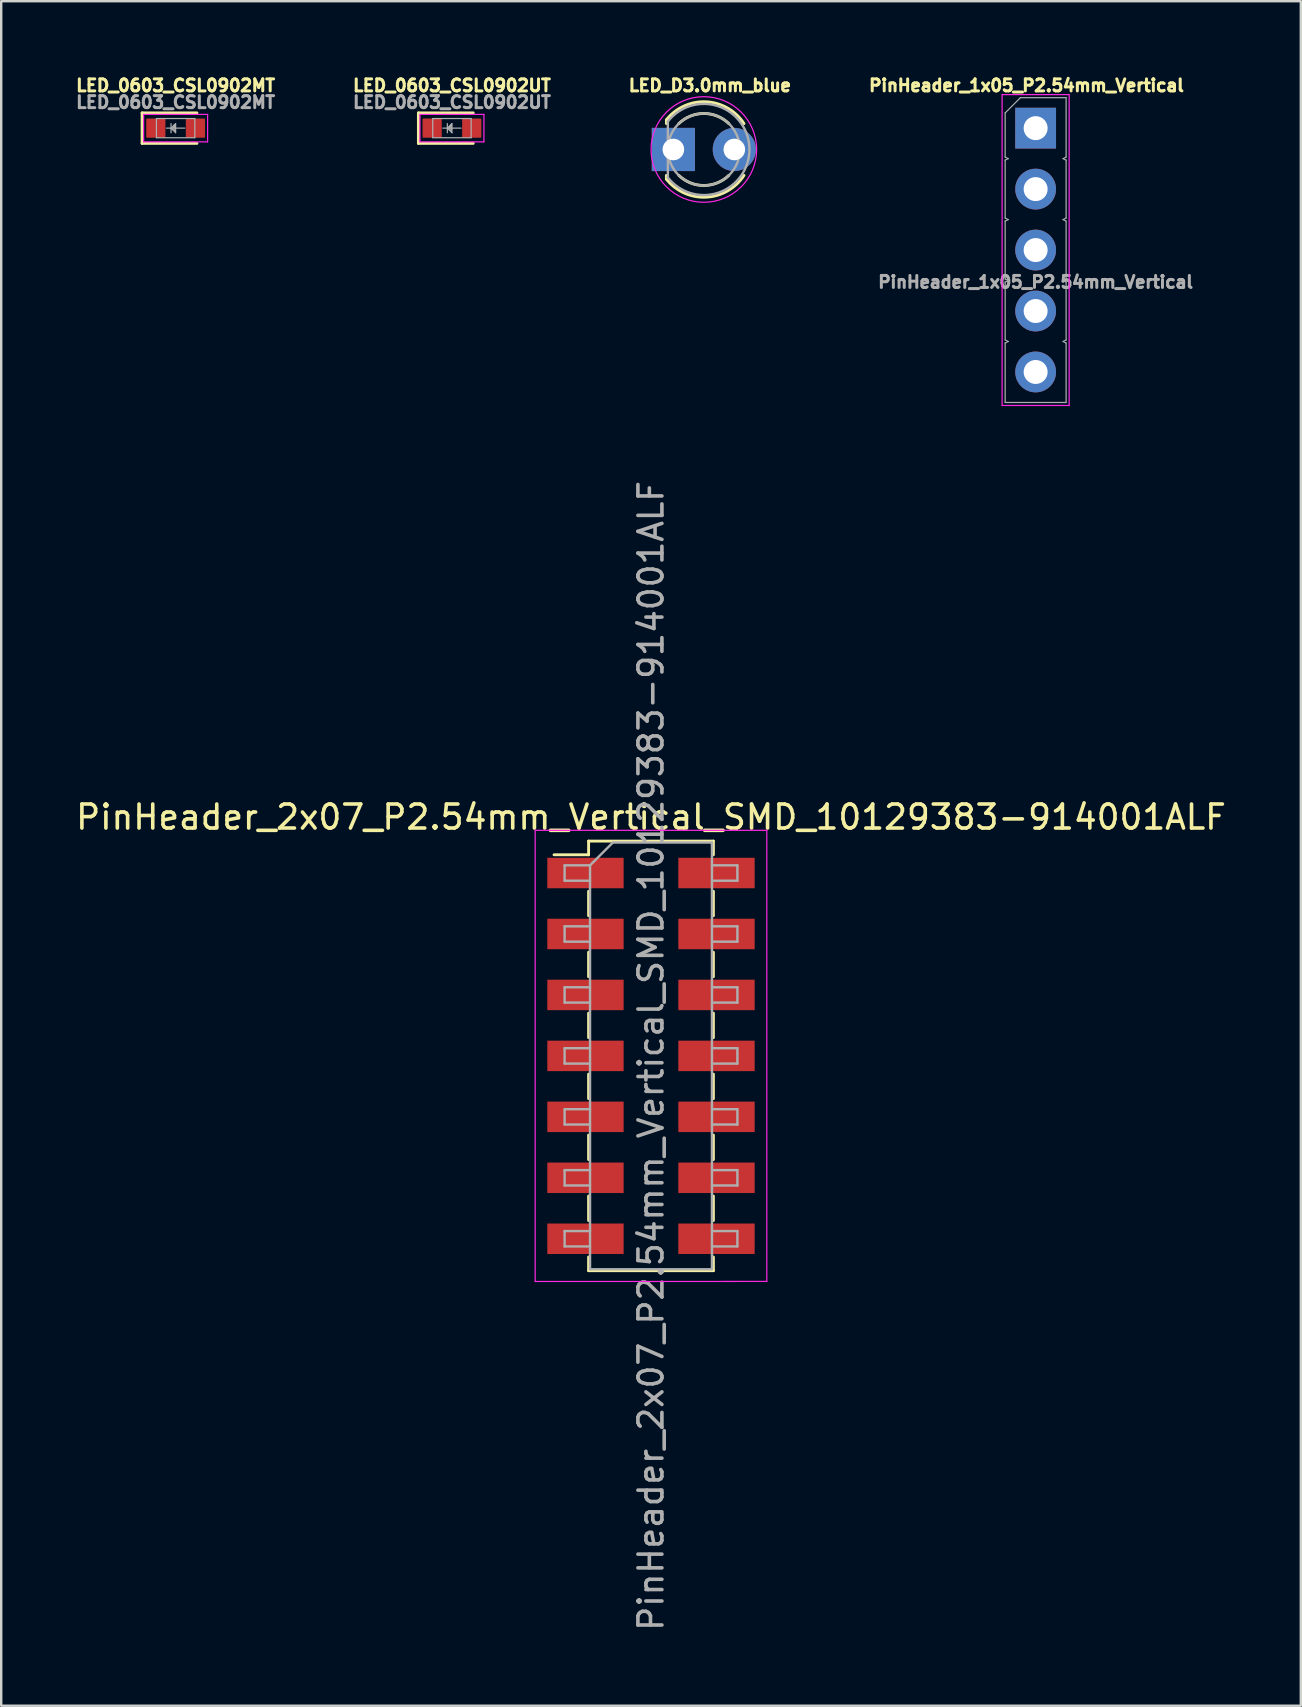
<source format=kicad_pcb>
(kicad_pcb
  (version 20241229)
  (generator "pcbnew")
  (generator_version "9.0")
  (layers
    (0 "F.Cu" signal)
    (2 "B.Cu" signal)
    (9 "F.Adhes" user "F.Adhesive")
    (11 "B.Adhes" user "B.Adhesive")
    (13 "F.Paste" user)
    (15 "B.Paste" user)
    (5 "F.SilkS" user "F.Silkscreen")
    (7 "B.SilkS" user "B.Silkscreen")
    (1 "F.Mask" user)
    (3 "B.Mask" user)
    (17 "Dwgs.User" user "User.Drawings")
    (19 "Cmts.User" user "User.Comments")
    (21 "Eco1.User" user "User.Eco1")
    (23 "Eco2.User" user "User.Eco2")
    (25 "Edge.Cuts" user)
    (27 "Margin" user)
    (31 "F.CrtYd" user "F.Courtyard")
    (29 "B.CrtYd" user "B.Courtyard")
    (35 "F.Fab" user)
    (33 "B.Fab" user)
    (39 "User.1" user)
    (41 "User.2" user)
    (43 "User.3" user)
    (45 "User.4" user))
  (footprint "PinHeader_2x07_P2.54mm_Vertical_SMD_10129383-914001ALF"
    (layer "F.Cu")
    (at 24.077 40.949)
    (property "Reference" "PinHeader_2x07_P2.54mm_Vertical_SMD_10129383-914001ALF" (at 0 -9.95 0) (layer "F.SilkS") (effects (font (size 1 1) (thickness 0.15))))
    (attr smd)
    (fp_line (start -4.04 -8.38) (end -2.6 -8.38) (stroke (width 0.12) (type solid)) (layer "F.SilkS"))
    (fp_line (start -2.6 -8.95) (end -2.6 -8.38) (stroke (width 0.12) (type solid)) (layer "F.SilkS"))
    (fp_line (start -2.6 -8.95) (end 2.6 -8.95) (stroke (width 0.12) (type solid)) (layer "F.SilkS"))
    (fp_line (start -2.6 -6.86) (end -2.6 -5.84) (stroke (width 0.12) (type solid)) (layer "F.SilkS"))
    (fp_line (start -2.6 -4.32) (end -2.6 -3.3) (stroke (width 0.12) (type solid)) (layer "F.SilkS"))
    (fp_line (start -2.6 -1.78) (end -2.6 -0.76) (stroke (width 0.12) (type solid)) (layer "F.SilkS"))
    (fp_line (start -2.6 0.76) (end -2.6 1.78) (stroke (width 0.12) (type solid)) (layer "F.SilkS"))
    (fp_line (start -2.6 3.3) (end -2.6 4.32) (stroke (width 0.12) (type solid)) (layer "F.SilkS"))
    (fp_line (start -2.6 5.84) (end -2.6 6.86) (stroke (width 0.12) (type solid)) (layer "F.SilkS"))
    (fp_line (start -2.6 8.38) (end -2.6 8.95) (stroke (width 0.12) (type solid)) (layer "F.SilkS"))
    (fp_line (start -2.6 8.95) (end 2.6 8.95) (stroke (width 0.12) (type solid)) (layer "F.SilkS"))
    (fp_line (start 2.6 -8.95) (end 2.6 -8.38) (stroke (width 0.12) (type solid)) (layer "F.SilkS"))
    (fp_line (start 2.6 -6.86) (end 2.6 -5.84) (stroke (width 0.12) (type solid)) (layer "F.SilkS"))
    (fp_line (start 2.6 -4.32) (end 2.6 -3.3) (stroke (width 0.12) (type solid)) (layer "F.SilkS"))
    (fp_line (start 2.6 -1.78) (end 2.6 -0.76) (stroke (width 0.12) (type solid)) (layer "F.SilkS"))
    (fp_line (start 2.6 0.76) (end 2.6 1.78) (stroke (width 0.12) (type solid)) (layer "F.SilkS"))
    (fp_line (start 2.6 3.3) (end 2.6 4.32) (stroke (width 0.12) (type solid)) (layer "F.SilkS"))
    (fp_line (start 2.6 5.84) (end 2.6 6.86) (stroke (width 0.12) (type solid)) (layer "F.SilkS"))
    (fp_line (start 2.6 8.38) (end 2.6 8.95) (stroke (width 0.12) (type solid)) (layer "F.SilkS"))
    (fp_line (start -4.826 -9.4) (end -4.826 9.4) (stroke (width 0.05) (type solid)) (layer "F.CrtYd"))
    (fp_line (start -4.826 9.4) (end 4.826 9.398) (stroke (width 0.05) (type solid)) (layer "F.CrtYd"))
    (fp_line (start 4.826 -9.4) (end -4.826 -9.4) (stroke (width 0.05) (type solid)) (layer "F.CrtYd"))
    (fp_line (start 4.826 9.398) (end 4.826 -9.4) (stroke (width 0.05) (type solid)) (layer "F.CrtYd"))
    (fp_line (start -3.6 -7.94) (end -3.6 -7.3) (stroke (width 0.1) (type solid)) (layer "F.Fab"))
    (fp_line (start -3.6 -7.3) (end -2.54 -7.3) (stroke (width 0.1) (type solid)) (layer "F.Fab"))
    (fp_line (start -3.6 -5.4) (end -3.6 -4.76) (stroke (width 0.1) (type solid)) (layer "F.Fab"))
    (fp_line (start -3.6 -4.76) (end -2.54 -4.76) (stroke (width 0.1) (type solid)) (layer "F.Fab"))
    (fp_line (start -3.6 -2.86) (end -3.6 -2.22) (stroke (width 0.1) (type solid)) (layer "F.Fab"))
    (fp_line (start -3.6 -2.22) (end -2.54 -2.22) (stroke (width 0.1) (type solid)) (layer "F.Fab"))
    (fp_line (start -3.6 -0.32) (end -3.6 0.32) (stroke (width 0.1) (type solid)) (layer "F.Fab"))
    (fp_line (start -3.6 0.32) (end -2.54 0.32) (stroke (width 0.1) (type solid)) (layer "F.Fab"))
    (fp_line (start -3.6 2.22) (end -3.6 2.86) (stroke (width 0.1) (type solid)) (layer "F.Fab"))
    (fp_line (start -3.6 2.86) (end -2.54 2.86) (stroke (width 0.1) (type solid)) (layer "F.Fab"))
    (fp_line (start -3.6 4.76) (end -3.6 5.4) (stroke (width 0.1) (type solid)) (layer "F.Fab"))
    (fp_line (start -3.6 5.4) (end -2.54 5.4) (stroke (width 0.1) (type solid)) (layer "F.Fab"))
    (fp_line (start -3.6 7.3) (end -3.6 7.94) (stroke (width 0.1) (type solid)) (layer "F.Fab"))
    (fp_line (start -3.6 7.94) (end -2.54 7.94) (stroke (width 0.1) (type solid)) (layer "F.Fab"))
    (fp_line (start -2.54 -7.94) (end -3.6 -7.94) (stroke (width 0.1) (type solid)) (layer "F.Fab"))
    (fp_line (start -2.54 -7.94) (end -1.59 -8.89) (stroke (width 0.1) (type solid)) (layer "F.Fab"))
    (fp_line (start -2.54 -5.4) (end -3.6 -5.4) (stroke (width 0.1) (type solid)) (layer "F.Fab"))
    (fp_line (start -2.54 -2.86) (end -3.6 -2.86) (stroke (width 0.1) (type solid)) (layer "F.Fab"))
    (fp_line (start -2.54 -0.32) (end -3.6 -0.32) (stroke (width 0.1) (type solid)) (layer "F.Fab"))
    (fp_line (start -2.54 2.22) (end -3.6 2.22) (stroke (width 0.1) (type solid)) (layer "F.Fab"))
    (fp_line (start -2.54 4.76) (end -3.6 4.76) (stroke (width 0.1) (type solid)) (layer "F.Fab"))
    (fp_line (start -2.54 7.3) (end -3.6 7.3) (stroke (width 0.1) (type solid)) (layer "F.Fab"))
    (fp_line (start -2.54 8.89) (end -2.54 -7.94) (stroke (width 0.1) (type solid)) (layer "F.Fab"))
    (fp_line (start -1.59 -8.89) (end 2.54 -8.89) (stroke (width 0.1) (type solid)) (layer "F.Fab"))
    (fp_line (start 2.54 -8.89) (end 2.54 8.89) (stroke (width 0.1) (type solid)) (layer "F.Fab"))
    (fp_line (start 2.54 -7.94) (end 3.6 -7.94) (stroke (width 0.1) (type solid)) (layer "F.Fab"))
    (fp_line (start 2.54 -5.4) (end 3.6 -5.4) (stroke (width 0.1) (type solid)) (layer "F.Fab"))
    (fp_line (start 2.54 -2.86) (end 3.6 -2.86) (stroke (width 0.1) (type solid)) (layer "F.Fab"))
    (fp_line (start 2.54 -0.32) (end 3.6 -0.32) (stroke (width 0.1) (type solid)) (layer "F.Fab"))
    (fp_line (start 2.54 2.22) (end 3.6 2.22) (stroke (width 0.1) (type solid)) (layer "F.Fab"))
    (fp_line (start 2.54 4.76) (end 3.6 4.76) (stroke (width 0.1) (type solid)) (layer "F.Fab"))
    (fp_line (start 2.54 7.3) (end 3.6 7.3) (stroke (width 0.1) (type solid)) (layer "F.Fab"))
    (fp_line (start 2.54 8.89) (end -2.54 8.89) (stroke (width 0.1) (type solid)) (layer "F.Fab"))
    (fp_line (start 3.6 -7.94) (end 3.6 -7.3) (stroke (width 0.1) (type solid)) (layer "F.Fab"))
    (fp_line (start 3.6 -7.3) (end 2.54 -7.3) (stroke (width 0.1) (type solid)) (layer "F.Fab"))
    (fp_line (start 3.6 -5.4) (end 3.6 -4.76) (stroke (width 0.1) (type solid)) (layer "F.Fab"))
    (fp_line (start 3.6 -4.76) (end 2.54 -4.76) (stroke (width 0.1) (type solid)) (layer "F.Fab"))
    (fp_line (start 3.6 -2.86) (end 3.6 -2.22) (stroke (width 0.1) (type solid)) (layer "F.Fab"))
    (fp_line (start 3.6 -2.22) (end 2.54 -2.22) (stroke (width 0.1) (type solid)) (layer "F.Fab"))
    (fp_line (start 3.6 -0.32) (end 3.6 0.32) (stroke (width 0.1) (type solid)) (layer "F.Fab"))
    (fp_line (start 3.6 0.32) (end 2.54 0.32) (stroke (width 0.1) (type solid)) (layer "F.Fab"))
    (fp_line (start 3.6 2.22) (end 3.6 2.86) (stroke (width 0.1) (type solid)) (layer "F.Fab"))
    (fp_line (start 3.6 2.86) (end 2.54 2.86) (stroke (width 0.1) (type solid)) (layer "F.Fab"))
    (fp_line (start 3.6 4.76) (end 3.6 5.4) (stroke (width 0.1) (type solid)) (layer "F.Fab"))
    (fp_line (start 3.6 5.4) (end 2.54 5.4) (stroke (width 0.1) (type solid)) (layer "F.Fab"))
    (fp_line (start 3.6 7.3) (end 3.6 7.94) (stroke (width 0.1) (type solid)) (layer "F.Fab"))
    (fp_line (start 3.6 7.94) (end 2.54 7.94) (stroke (width 0.1) (type solid)) (layer "F.Fab"))
    (fp_text user "${REFERENCE}" (at 0 0 90) (layer "F.Fab") (effects (font (size 1 1) (thickness 0.15))))
    (pad "1" smd rect (at -2.73 -7.62) (size 3.18 1.27) (layers "F.Cu" "F.Mask" "F.Paste"))
    (pad "2" smd rect (at 2.73 -7.62) (size 3.18 1.27) (layers "F.Cu" "F.Mask" "F.Paste"))
    (pad "3" smd rect (at -2.73 -5.08) (size 3.18 1.27) (layers "F.Cu" "F.Mask" "F.Paste"))
    (pad "4" smd rect (at 2.73 -5.08) (size 3.18 1.27) (layers "F.Cu" "F.Mask" "F.Paste"))
    (pad "5" smd rect (at -2.73 -2.54) (size 3.18 1.27) (layers "F.Cu" "F.Mask" "F.Paste"))
    (pad "6" smd rect (at 2.73 -2.54) (size 3.18 1.27) (layers "F.Cu" "F.Mask" "F.Paste"))
    (pad "7" smd rect (at -2.73 0) (size 3.18 1.27) (layers "F.Cu" "F.Mask" "F.Paste"))
    (pad "8" smd rect (at 2.73 0) (size 3.18 1.27) (layers "F.Cu" "F.Mask" "F.Paste"))
    (pad "9" smd rect (at -2.73 2.54) (size 3.18 1.27) (layers "F.Cu" "F.Mask" "F.Paste"))
    (pad "10" smd rect (at 2.73 2.54) (size 3.18 1.27) (layers "F.Cu" "F.Mask" "F.Paste"))
    (pad "11" smd rect (at -2.73 5.08) (size 3.18 1.27) (layers "F.Cu" "F.Mask" "F.Paste"))
    (pad "12" smd rect (at 2.73 5.08) (size 3.18 1.27) (layers "F.Cu" "F.Mask" "F.Paste"))
    (pad "13" smd rect (at -2.73 7.62) (size 3.18 1.27) (layers "F.Cu" "F.Mask" "F.Paste"))
    (pad "14" smd rect (at 2.73 7.62) (size 3.18 1.27) (layers "F.Cu" "F.Mask" "F.Paste")))
  (footprint "PinHeader_1x05_P2.54mm_Vertical"
    (layer "F.Cu")
    (at 40.105 2.29)
    (property "Reference" "PinHeader_1x05_P2.54mm_Vertical" (at -0.381 -1.778 0) (layer "F.SilkS") (effects (font (size 0.5 0.5) (thickness 0.125))))
    (attr through_hole)
    (fp_line (start -1.397 -1.397) (end -1.397 11.557) (stroke (width 0.05) (type solid)) (layer "F.CrtYd"))
    (fp_line (start -1.397 11.557) (end 1.397 11.557) (stroke (width 0.05) (type solid)) (layer "F.CrtYd"))
    (fp_line (start 1.397 -1.397) (end -1.397 -1.397) (stroke (width 0.05) (type solid)) (layer "F.CrtYd"))
    (fp_line (start 1.397 11.557) (end 1.397 -1.397) (stroke (width 0.05) (type solid)) (layer "F.CrtYd"))
    (fp_line (start -1.27 -0.635) (end -0.635 -1.27) (stroke (width 0.05) (type solid)) (layer "F.Fab"))
    (fp_line (start -1.27 1.206) (end -1.27 -0.635) (stroke (width 0.05) (type solid)) (layer "F.Fab"))
    (fp_line (start -1.27 1.333) (end -1.143 1.27) (stroke (width 0.05) (type solid)) (layer "F.Fab"))
    (fp_line (start -1.27 3.747) (end -1.27 1.333) (stroke (width 0.05) (type solid)) (layer "F.Fab"))
    (fp_line (start -1.27 3.873) (end -1.143 3.81) (stroke (width 0.05) (type solid)) (layer "F.Fab"))
    (fp_line (start -1.27 6.287) (end -1.27 3.873) (stroke (width 0.05) (type solid)) (layer "F.Fab"))
    (fp_line (start -1.27 6.413) (end -1.143 6.35) (stroke (width 0.05) (type solid)) (layer "F.Fab"))
    (fp_line (start -1.27 8.826) (end -1.27 6.413) (stroke (width 0.05) (type solid)) (layer "F.Fab"))
    (fp_line (start -1.27 8.954) (end -1.143 8.89) (stroke (width 0.05) (type solid)) (layer "F.Fab"))
    (fp_line (start -1.27 11.43) (end -1.27 8.954) (stroke (width 0.05) (type solid)) (layer "F.Fab"))
    (fp_line (start -1.143 1.27) (end -1.27 1.206) (stroke (width 0.05) (type solid)) (layer "F.Fab"))
    (fp_line (start -1.143 3.81) (end -1.27 3.747) (stroke (width 0.05) (type solid)) (layer "F.Fab"))
    (fp_line (start -1.143 6.35) (end -1.27 6.287) (stroke (width 0.05) (type solid)) (layer "F.Fab"))
    (fp_line (start -1.143 8.89) (end -1.27 8.826) (stroke (width 0.05) (type solid)) (layer "F.Fab"))
    (fp_line (start -0.635 -1.27) (end 1.27 -1.27) (stroke (width 0.05) (type solid)) (layer "F.Fab"))
    (fp_line (start 1.143 1.27) (end 1.27 1.333) (stroke (width 0.05) (type solid)) (layer "F.Fab"))
    (fp_line (start 1.143 3.81) (end 1.27 3.873) (stroke (width 0.05) (type solid)) (layer "F.Fab"))
    (fp_line (start 1.143 6.35) (end 1.27 6.413) (stroke (width 0.05) (type solid)) (layer "F.Fab"))
    (fp_line (start 1.143 8.89) (end 1.27 8.954) (stroke (width 0.05) (type solid)) (layer "F.Fab"))
    (fp_line (start 1.27 -1.27) (end 1.27 1.206) (stroke (width 0.05) (type solid)) (layer "F.Fab"))
    (fp_line (start 1.27 1.206) (end 1.143 1.27) (stroke (width 0.05) (type solid)) (layer "F.Fab"))
    (fp_line (start 1.27 1.333) (end 1.27 3.747) (stroke (width 0.05) (type solid)) (layer "F.Fab"))
    (fp_line (start 1.27 3.747) (end 1.143 3.81) (stroke (width 0.05) (type solid)) (layer "F.Fab"))
    (fp_line (start 1.27 3.873) (end 1.27 6.287) (stroke (width 0.05) (type solid)) (layer "F.Fab"))
    (fp_line (start 1.27 6.287) (end 1.143 6.35) (stroke (width 0.05) (type solid)) (layer "F.Fab"))
    (fp_line (start 1.27 6.413) (end 1.27 8.826) (stroke (width 0.05) (type solid)) (layer "F.Fab"))
    (fp_line (start 1.27 8.826) (end 1.143 8.89) (stroke (width 0.05) (type solid)) (layer "F.Fab"))
    (fp_line (start 1.27 8.954) (end 1.27 11.43) (stroke (width 0.05) (type solid)) (layer "F.Fab"))
    (fp_line (start 1.27 11.43) (end -1.27 11.43) (stroke (width 0.05) (type solid)) (layer "F.Fab"))
    (fp_text user "${REFERENCE}" (at 0 6.413 180) (layer "F.Fab") (effects (font (size 0.5 0.5) (thickness 0.125))))
    (pad "1" thru_hole rect (at 0 0) (size 1.7 1.7) (drill 1) (layers "*.Cu" "*.Mask"))
    (pad "2" thru_hole oval (at 0 2.54) (size 1.7 1.7) (drill 1) (layers "*.Cu" "*.Mask"))
    (pad "3" thru_hole oval (at 0 5.08) (size 1.7 1.7) (drill 1) (layers "*.Cu" "*.Mask"))
    (pad "4" thru_hole oval (at 0 7.62) (size 1.7 1.7) (drill 1) (layers "*.Cu" "*.Mask"))
    (pad "5" thru_hole oval (at 0 10.16) (size 1.7 1.7) (drill 1) (layers "*.Cu" "*.Mask")))
  (footprint "LED_D3.0mm_blue"
    (layer "F.Cu")
    (at 26.279 3.179)
    (property "Reference" "LED_D3.0mm_blue" (at 0.254 -2.667 0) (layer "F.SilkS") (effects (font (size 0.5 0.5) (thickness 0.125))))
    (attr through_hole)
    (fp_line (start -1.56 -1.236) (end -1.56 -1.08) (stroke (width 0.12) (type solid)) (layer "F.SilkS"))
    (fp_line (start -1.56 1.08) (end -1.56 1.236) (stroke (width 0.12) (type solid)) (layer "F.SilkS"))
    (fp_arc (start -1.56 -1.235516) (mid 0.096487 -1.987659) (end 1.672335 -1.078608) (stroke (width 0.12) (type solid)) (layer "F.SilkS"))
    (fp_arc (start -1.040961 -1.08) (mid 0.000117 -1.5) (end 1.04113 -1.079837) (stroke (width 0.12) (type solid)) (layer "F.SilkS"))
    (fp_arc (start 1.04113 1.079837) (mid 0.000117 1.5) (end -1.040961 1.08) (stroke (width 0.12) (type solid)) (layer "F.SilkS"))
    (fp_arc (start 1.672335 1.078608) (mid 0.096487 1.987659) (end -1.56 1.235516) (stroke (width 0.12) (type solid)) (layer "F.SilkS"))
    (fp_circle (center 0 0) (end 2.2 0) (stroke (width 0.05) (type default)) (fill no) (layer "F.CrtYd"))
    (fp_line (start -1.5 -1.166) (end -1.5 1.166) (stroke (width 0.1) (type solid)) (layer "F.Fab"))
    (fp_arc (start -1.5 -1.16619) (mid 1.9 0.000452) (end -1.500555 1.165476) (stroke (width 0.1) (type solid)) (layer "F.Fab"))
    (fp_circle (center 0 0) (end 1.5 0) (stroke (width 0.1) (type solid)) (fill no) (layer "F.Fab"))
    (pad "1" thru_hole rect (at -1.27 0) (size 1.8 1.8) (drill 0.9) (layers "*.Cu" "*.Mask"))
    (pad "2" thru_hole circle (at 1.27 0) (size 1.8 1.8) (drill 0.9) (layers "*.Cu" "*.Mask")))
  (footprint "LED_0603_CSL0902MT"
    (layer "F.Cu")
    (at 4.268 2.29)
    (property "Reference" "LED_0603_CSL0902MT" (at 0 -1.778 0) (layer "F.SilkS") (effects (font (size 0.5 0.5) (thickness 0.125) (bold yes))))
    (attr smd)
    (fp_line (start -1.397 -0.635) (end -1.397 0.635) (stroke (width 0.12) (type solid)) (layer "F.SilkS"))
    (fp_line (start -1.397 0.635) (end 0.888 0.635) (stroke (width 0.12) (type solid)) (layer "F.SilkS"))
    (fp_line (start 0.888 -0.635) (end -1.397 -0.635) (stroke (width 0.12) (type solid)) (layer "F.SilkS"))
    (fp_line (start -1.333 -0.572) (end 1.333 -0.572) (stroke (width 0.05) (type solid)) (layer "F.CrtYd"))
    (fp_line (start -1.333 0.572) (end -1.333 -0.572) (stroke (width 0.05) (type solid)) (layer "F.CrtYd"))
    (fp_line (start 1.333 -0.572) (end 1.333 0.572) (stroke (width 0.05) (type solid)) (layer "F.CrtYd"))
    (fp_line (start 1.333 0.572) (end -1.333 0.572) (stroke (width 0.05) (type solid)) (layer "F.CrtYd"))
    (fp_line (start -0.8 -0.4) (end -0.8 0.4) (stroke (width 0.05) (type solid)) (layer "F.Fab"))
    (fp_line (start -0.8 0.4) (end 0.8 0.4) (stroke (width 0.05) (type solid)) (layer "F.Fab"))
    (fp_line (start -0.381 0) (end -0.191 0) (stroke (width 0.05) (type solid)) (layer "F.Fab"))
    (fp_line (start -0.191 -0.191) (end -0.191 0.191) (stroke (width 0.05) (type solid)) (layer "F.Fab"))
    (fp_line (start -0.191 0) (end 0 0.191) (stroke (width 0.05) (type solid)) (layer "F.Fab"))
    (fp_line (start -0.127 0) (end -0.016 0.127) (stroke (width 0.05) (type solid)) (layer "F.Fab"))
    (fp_line (start -0.119 -0.064) (end -0.008 0.064) (stroke (width 0.05) (type solid)) (layer "F.Fab"))
    (fp_line (start -0.064 -0.127) (end -0.008 0) (stroke (width 0.05) (type solid)) (layer "F.Fab"))
    (fp_line (start -0.064 -0.064) (end -0.008 0) (stroke (width 0.05) (type solid)) (layer "F.Fab"))
    (fp_line (start 0 -0.191) (end -0.191 0) (stroke (width 0.05) (type solid)) (layer "F.Fab"))
    (fp_line (start 0 -0.191) (end 0 0.191) (stroke (width 0.05) (type solid)) (layer "F.Fab"))
    (fp_line (start 0 -0.127) (end -0.159 0.032) (stroke (width 0.05) (type solid)) (layer "F.Fab"))
    (fp_line (start 0 0) (end 0.381 0) (stroke (width 0.05) (type solid)) (layer "F.Fab"))
    (fp_line (start 0.8 -0.4) (end -0.8 -0.4) (stroke (width 0.05) (type solid)) (layer "F.Fab"))
    (fp_line (start 0.8 0.4) (end 0.8 -0.4) (stroke (width 0.05) (type solid)) (layer "F.Fab"))
    (fp_text user "${REFERENCE}" (at 0 -1.079 0) (layer "F.Fab") (effects (font (size 0.5 0.5) (thickness 0.125) (bold yes))))
    (pad "1" smd roundrect (at -0.825 0) (size 0.8 0.8) (layers "F.Cu" "F.Mask" "F.Paste") (roundrect_rratio 0.05))
    (pad "2" smd roundrect (at 0.825 0) (size 0.8 0.8) (layers "F.Cu" "F.Mask" "F.Paste") (roundrect_rratio 0.05)))
  (footprint "LED_0603_CSL0902UT"
    (layer "F.Cu")
    (at 15.782 2.29)
    (property "Reference" "LED_0603_CSL0902UT" (at 0 -1.778 0) (layer "F.SilkS") (effects (font (size 0.5 0.5) (thickness 0.125) (bold yes))))
    (attr smd)
    (fp_line (start -1.397 -0.635) (end -1.397 0.635) (stroke (width 0.12) (type solid)) (layer "F.SilkS"))
    (fp_line (start -1.397 0.635) (end 0.888 0.635) (stroke (width 0.12) (type solid)) (layer "F.SilkS"))
    (fp_line (start 0.888 -0.635) (end -1.397 -0.635) (stroke (width 0.12) (type solid)) (layer "F.SilkS"))
    (fp_line (start -1.333 -0.572) (end 1.333 -0.572) (stroke (width 0.05) (type solid)) (layer "F.CrtYd"))
    (fp_line (start -1.333 0.572) (end -1.333 -0.572) (stroke (width 0.05) (type solid)) (layer "F.CrtYd"))
    (fp_line (start 1.333 -0.572) (end 1.333 0.572) (stroke (width 0.05) (type solid)) (layer "F.CrtYd"))
    (fp_line (start 1.333 0.572) (end -1.333 0.572) (stroke (width 0.05) (type solid)) (layer "F.CrtYd"))
    (fp_line (start -0.8 -0.4) (end -0.8 0.4) (stroke (width 0.05) (type solid)) (layer "F.Fab"))
    (fp_line (start -0.8 0.4) (end 0.8 0.4) (stroke (width 0.05) (type solid)) (layer "F.Fab"))
    (fp_line (start -0.381 0) (end -0.191 0) (stroke (width 0.05) (type solid)) (layer "F.Fab"))
    (fp_line (start -0.191 -0.191) (end -0.191 0.191) (stroke (width 0.05) (type solid)) (layer "F.Fab"))
    (fp_line (start -0.191 0) (end 0 0.191) (stroke (width 0.05) (type solid)) (layer "F.Fab"))
    (fp_line (start -0.127 0) (end -0.016 0.127) (stroke (width 0.05) (type solid)) (layer "F.Fab"))
    (fp_line (start -0.119 -0.064) (end -0.008 0.064) (stroke (width 0.05) (type solid)) (layer "F.Fab"))
    (fp_line (start -0.064 -0.127) (end -0.008 0) (stroke (width 0.05) (type solid)) (layer "F.Fab"))
    (fp_line (start -0.064 -0.064) (end -0.008 0) (stroke (width 0.05) (type solid)) (layer "F.Fab"))
    (fp_line (start 0 -0.191) (end -0.191 0) (stroke (width 0.05) (type solid)) (layer "F.Fab"))
    (fp_line (start 0 -0.191) (end 0 0.191) (stroke (width 0.05) (type solid)) (layer "F.Fab"))
    (fp_line (start 0 -0.127) (end -0.159 0.032) (stroke (width 0.05) (type solid)) (layer "F.Fab"))
    (fp_line (start 0 0) (end 0.381 0) (stroke (width 0.05) (type solid)) (layer "F.Fab"))
    (fp_line (start 0.8 -0.4) (end -0.8 -0.4) (stroke (width 0.05) (type solid)) (layer "F.Fab"))
    (fp_line (start 0.8 0.4) (end 0.8 -0.4) (stroke (width 0.05) (type solid)) (layer "F.Fab"))
    (fp_text user "${REFERENCE}" (at 0 -1.079 0) (layer "F.Fab") (effects (font (size 0.5 0.5) (thickness 0.125) (bold yes))))
    (pad "1" smd roundrect (at -0.825 0) (size 0.8 0.8) (layers "F.Cu" "F.Mask" "F.Paste") (roundrect_rratio 0.05))
    (pad "2" smd roundrect (at 0.825 0) (size 0.8 0.8) (layers "F.Cu" "F.Mask" "F.Paste") (roundrect_rratio 0.05)))
  (gr_rect
    (start -3 -3)
    (end 51.155 68.027)
    (stroke (width 0.1) (type default))
    (fill no)
    (layer "Edge.Cuts")))
</source>
